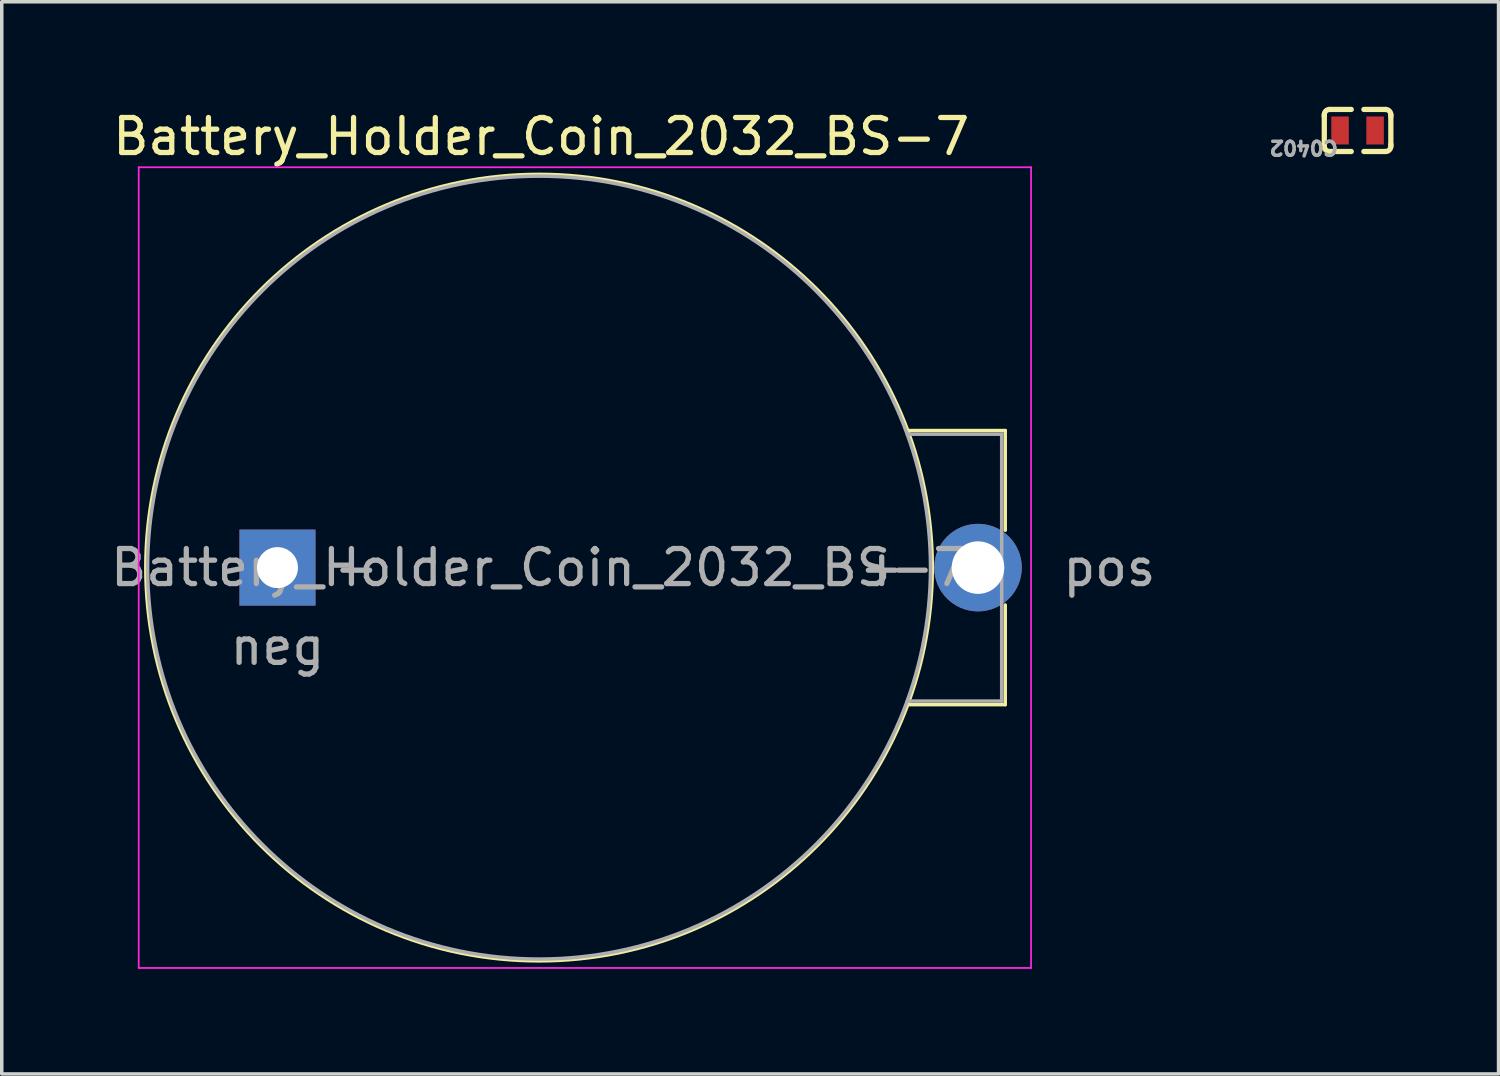
<source format=kicad_pcb>
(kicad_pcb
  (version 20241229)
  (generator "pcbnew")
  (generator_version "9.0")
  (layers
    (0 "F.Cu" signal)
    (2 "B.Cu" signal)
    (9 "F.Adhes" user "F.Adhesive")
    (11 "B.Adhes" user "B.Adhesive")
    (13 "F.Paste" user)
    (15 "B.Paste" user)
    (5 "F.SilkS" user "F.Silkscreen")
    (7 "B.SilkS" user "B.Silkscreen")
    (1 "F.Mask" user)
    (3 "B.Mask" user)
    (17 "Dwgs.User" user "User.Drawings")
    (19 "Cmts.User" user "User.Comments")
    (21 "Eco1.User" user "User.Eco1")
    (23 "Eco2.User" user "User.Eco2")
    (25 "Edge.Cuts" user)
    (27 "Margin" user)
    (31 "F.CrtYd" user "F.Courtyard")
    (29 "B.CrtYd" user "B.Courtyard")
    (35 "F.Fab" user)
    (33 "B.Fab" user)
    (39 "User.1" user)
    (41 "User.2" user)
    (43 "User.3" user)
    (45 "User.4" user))
  (footprint "Battery_Holder_Coin_2032_BS-7"
    (layer "F.Cu")
    (at 4.872 13.155)
    (property "Reference" "Battery_Holder_Coin_2032_BS-7" (at 7.529 -12.306 0) (layer "F.SilkS") (effects (font (size 1 1) (thickness 0.15))))
    (attr through_hole)
    (fp_line (start 18.034 -3.912) (end 20.777 -3.912) (stroke (width 0.1) (type solid)) (layer "F.SilkS"))
    (fp_line (start 18.034 3.912) (end 20.777 3.912) (stroke (width 0.1) (type solid)) (layer "F.SilkS"))
    (fp_line (start 20.777 -3.912) (end 20.777 -1.067) (stroke (width 0.1) (type solid)) (layer "F.SilkS"))
    (fp_line (start 20.777 3.912) (end 20.777 1.067) (stroke (width 0.1) (type solid)) (layer "F.SilkS"))
    (fp_circle (center 7.468 0) (end -3.759 0) (stroke (width 0.1) (type solid)) (fill no) (layer "F.SilkS"))
    (fp_line (start -3.962 -11.43) (end -3.962 11.43) (stroke (width 0.05) (type solid)) (layer "F.CrtYd"))
    (fp_line (start -3.962 -11.43) (end 21.514 -11.43) (stroke (width 0.05) (type solid)) (layer "F.CrtYd"))
    (fp_line (start -3.962 11.43) (end 21.514 11.43) (stroke (width 0.05) (type solid)) (layer "F.CrtYd"))
    (fp_line (start 21.514 -11.43) (end 21.514 11.43) (stroke (width 0.05) (type solid)) (layer "F.CrtYd"))
    (fp_line (start 17.983 -3.81) (end 20.676 -3.81) (stroke (width 0.1) (type solid)) (layer "F.Fab"))
    (fp_line (start 17.983 3.81) (end 20.676 3.81) (stroke (width 0.1) (type solid)) (layer "F.Fab"))
    (fp_line (start 20.676 -3.81) (end 20.676 3.81) (stroke (width 0.1) (type solid)) (layer "F.Fab"))
    (fp_circle (center 7.468 0) (end -3.708 0) (stroke (width 0.1) (type solid)) (fill no) (layer "F.Fab"))
    (fp_text user "-" (at 2.25 0 0) (layer "F.Fab") (effects (font (size 1 1) (thickness 0.15))))
    (fp_text user "+" (at 17.25 0 0) (layer "F.Fab") (effects (font (size 1 1) (thickness 0.15))))
    (fp_text user "neg" (at 0 2.25 0) (layer "F.Fab") (effects (font (size 1 1) (thickness 0.15))))
    (fp_text user "${REFERENCE}" (at 7.468 0 0) (layer "F.Fab") (effects (font (size 1 1) (thickness 0.15))))
    (fp_text user "pos" (at 23.75 0 0) (layer "F.Fab") (effects (font (size 1 1) (thickness 0.15))))
    (pad "1" thru_hole circle (at 20 0) (size 2.5 2.5) (drill 1.5) (layers "*.Cu" "*.Mask"))
    (pad "2" thru_hole rect (at 0 0) (size 2.17 2.17) (drill 1.17) (layers "*.Cu" "*.Mask")))
  (footprint "C0402"
    (layer "F.Cu")
    (at 35.708 0.675)
    (property "Reference" "C0402" (at -0.508 0.254 180) (unlocked yes) (layer "F.Fab") (effects (font (size 0.4 0.4) (thickness 0.1)) (justify left bottom)))
    (fp_line (start -0.95 -0.4) (end -0.95 -0.45) (stroke (width 0.15) (type default)) (layer "F.SilkS"))
    (fp_line (start -0.95 0.4) (end -0.95 -0.4) (stroke (width 0.15) (type default)) (layer "F.SilkS"))
    (fp_line (start -0.95 0.4) (end -0.95 0.45) (stroke (width 0.15) (type default)) (layer "F.SilkS"))
    (fp_line (start -0.8 -0.6) (end -0.18 -0.6) (stroke (width 0.15) (type default)) (layer "F.SilkS"))
    (fp_line (start -0.8 0.6) (end -0.18 0.6) (stroke (width 0.15) (type default)) (layer "F.SilkS"))
    (fp_line (start 0.8 -0.6) (end 0.18 -0.6) (stroke (width 0.15) (type default)) (layer "F.SilkS"))
    (fp_line (start 0.8 0.6) (end 0.18 0.6) (stroke (width 0.15) (type default)) (layer "F.SilkS"))
    (fp_line (start 0.95 -0.4) (end 0.95 -0.45) (stroke (width 0.15) (type default)) (layer "F.SilkS"))
    (fp_line (start 0.95 0.4) (end 0.95 -0.4) (stroke (width 0.15) (type default)) (layer "F.SilkS"))
    (fp_line (start 0.95 0.4) (end 0.95 0.45) (stroke (width 0.15) (type default)) (layer "F.SilkS"))
    (fp_arc (start -0.9501 -0.4499) (mid -0.906137 -0.556037) (end -0.8 -0.6) (stroke (width 0.15) (type default)) (layer "F.SilkS"))
    (fp_arc (start -0.8 0.6001) (mid -0.906137 0.556137) (end -0.9501 0.45) (stroke (width 0.15) (type default)) (layer "F.SilkS"))
    (fp_arc (start 0.8 -0.6) (mid 0.906066 -0.556066) (end 0.95 -0.45) (stroke (width 0.15) (type default)) (layer "F.SilkS"))
    (fp_arc (start 0.95 0.4501) (mid 0.906066 0.556166) (end 0.8 0.6001) (stroke (width 0.15) (type default)) (layer "F.SilkS"))
    (pad "1" smd rect (at -0.5 0) (size 0.5 0.8) (layers "F.Cu" "F.Mask" "F.Paste"))
    (pad "2" smd rect (at 0.5 0) (size 0.5 0.8) (layers "F.Cu" "F.Mask" "F.Paste")))
  (gr_rect
    (start -3 -3)
    (end 39.733 27.61)
    (stroke (width 0.1) (type default))
    (fill no)
    (layer "Edge.Cuts")))
</source>
